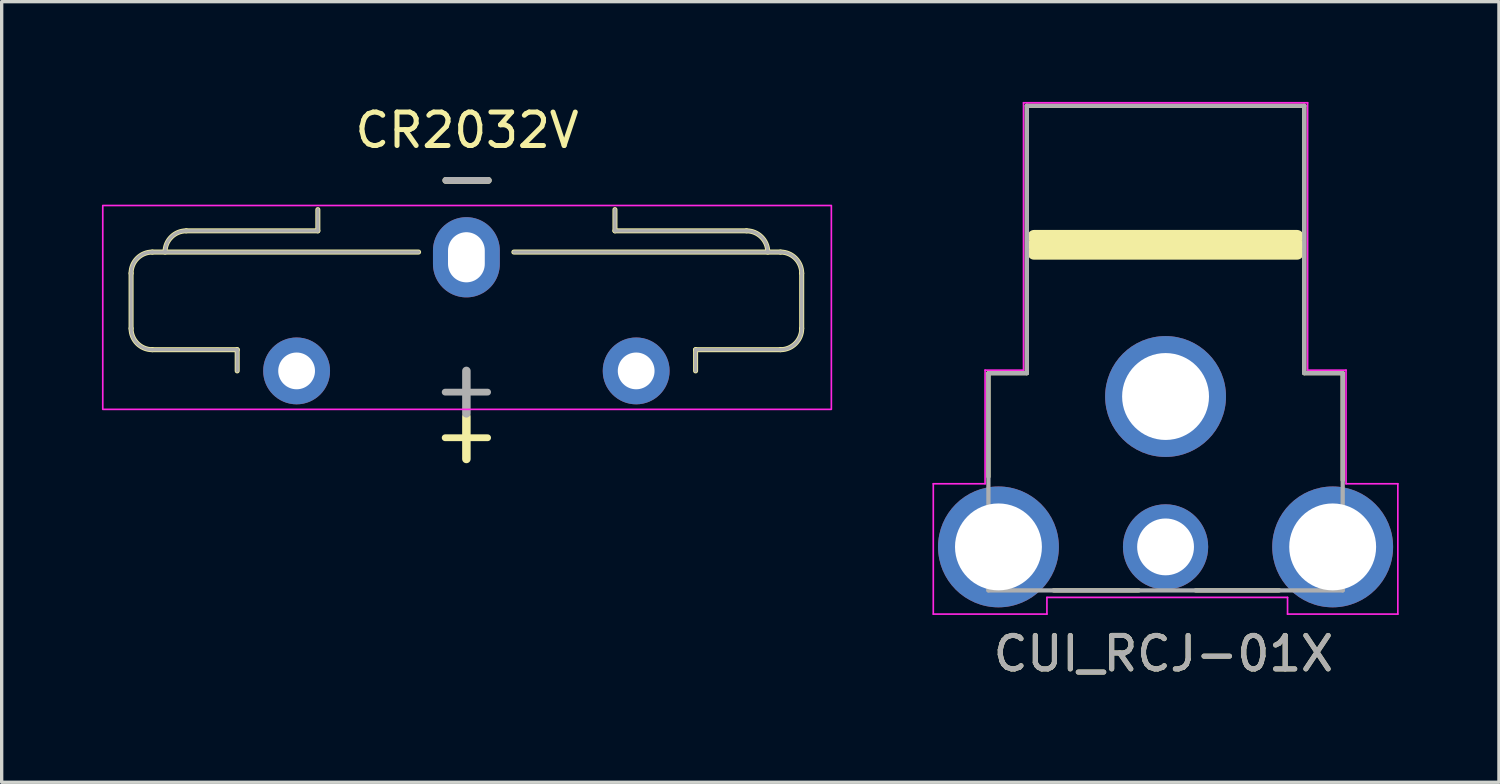
<source format=kicad_pcb>
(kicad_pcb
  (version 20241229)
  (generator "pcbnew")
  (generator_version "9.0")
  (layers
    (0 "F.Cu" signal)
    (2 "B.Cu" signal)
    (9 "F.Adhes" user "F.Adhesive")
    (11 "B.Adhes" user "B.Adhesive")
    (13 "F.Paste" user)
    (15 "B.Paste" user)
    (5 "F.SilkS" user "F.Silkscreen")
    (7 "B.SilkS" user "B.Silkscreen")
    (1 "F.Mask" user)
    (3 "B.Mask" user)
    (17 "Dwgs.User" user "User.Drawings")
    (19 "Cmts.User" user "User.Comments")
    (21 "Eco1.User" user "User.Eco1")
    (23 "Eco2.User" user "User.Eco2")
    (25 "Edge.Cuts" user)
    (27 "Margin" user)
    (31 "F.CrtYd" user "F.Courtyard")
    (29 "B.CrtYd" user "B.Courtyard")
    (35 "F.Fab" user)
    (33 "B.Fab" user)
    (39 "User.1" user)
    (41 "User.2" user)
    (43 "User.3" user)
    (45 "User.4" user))
  (footprint "CUI_RCJ-01X"
    (layer "F.Cu")
    (at 31.825 8.825)
    (property "Reference" "CUI_RCJ-01X" (at -0.064 7.684 0) (layer "F.SilkS") (effects (font (size 1 1) (thickness 0.15))))
    (attr through_hole)
    (fp_line (start -5.3 -0.711) (end -5.3 2.389) (stroke (width 0.127) (type solid)) (layer "F.SilkS"))
    (fp_line (start -4.15 -8.71) (end -4.15 -0.711) (stroke (width 0.127) (type solid)) (layer "F.SilkS"))
    (fp_line (start -4.15 -0.711) (end -5.3 -0.711) (stroke (width 0.127) (type solid)) (layer "F.SilkS"))
    (fp_line (start -3.937 -4.804) (end 3.937 -4.804) (stroke (width 0.381) (type solid)) (layer "F.SilkS"))
    (fp_line (start -3.35 5.79) (end -0.8 5.79) (stroke (width 0.127) (type solid)) (layer "F.SilkS"))
    (fp_line (start 0.9 5.79) (end 3.4 5.79) (stroke (width 0.127) (type solid)) (layer "F.SilkS"))
    (fp_line (start 3.937 -4.55) (end -3.937 -4.55) (stroke (width 0.381) (type solid)) (layer "F.SilkS"))
    (fp_line (start 3.937 -4.296) (end -3.937 -4.296) (stroke (width 0.381) (type solid)) (layer "F.SilkS"))
    (fp_line (start 4.15 -8.71) (end -4.15 -8.71) (stroke (width 0.127) (type solid)) (layer "F.SilkS"))
    (fp_line (start 4.15 -0.711) (end 4.15 -8.71) (stroke (width 0.127) (type solid)) (layer "F.SilkS"))
    (fp_line (start 5.3 -0.711) (end 4.15 -0.711) (stroke (width 0.127) (type solid)) (layer "F.SilkS"))
    (fp_line (start 5.3 2.49) (end 5.3 -0.711) (stroke (width 0.127) (type solid)) (layer "F.SilkS"))
    (fp_line (start -6.95 2.6) (end -5.4 2.6) (stroke (width 0.05) (type solid)) (layer "F.CrtYd"))
    (fp_line (start -6.95 6.5) (end -6.95 2.6) (stroke (width 0.05) (type solid)) (layer "F.CrtYd"))
    (fp_line (start -6.95 6.5) (end -3.55 6.5) (stroke (width 0.05) (type solid)) (layer "F.CrtYd"))
    (fp_line (start -5.4 -0.8) (end -5.4 2.6) (stroke (width 0.05) (type solid)) (layer "F.CrtYd"))
    (fp_line (start -4.25 -8.8) (end -4.25 -0.8) (stroke (width 0.05) (type solid)) (layer "F.CrtYd"))
    (fp_line (start -4.25 -0.8) (end -5.4 -0.8) (stroke (width 0.05) (type solid)) (layer "F.CrtYd"))
    (fp_line (start -3.55 6) (end -3.55 6.5) (stroke (width 0.05) (type solid)) (layer "F.CrtYd"))
    (fp_line (start 3.65 6) (end -3.55 6) (stroke (width 0.05) (type solid)) (layer "F.CrtYd"))
    (fp_line (start 3.65 6.5) (end 3.65 6) (stroke (width 0.05) (type solid)) (layer "F.CrtYd"))
    (fp_line (start 4.25 -8.8) (end -4.25 -8.8) (stroke (width 0.05) (type solid)) (layer "F.CrtYd"))
    (fp_line (start 4.25 -0.8) (end 4.25 -8.8) (stroke (width 0.05) (type solid)) (layer "F.CrtYd"))
    (fp_line (start 5.4 -0.8) (end 4.25 -0.8) (stroke (width 0.05) (type solid)) (layer "F.CrtYd"))
    (fp_line (start 5.4 2.6) (end 5.4 -0.8) (stroke (width 0.05) (type solid)) (layer "F.CrtYd"))
    (fp_line (start 5.4 2.6) (end 6.95 2.6) (stroke (width 0.05) (type solid)) (layer "F.CrtYd"))
    (fp_line (start 6.95 2.6) (end 6.95 6.5) (stroke (width 0.05) (type solid)) (layer "F.CrtYd"))
    (fp_line (start 6.95 6.5) (end 3.65 6.5) (stroke (width 0.05) (type solid)) (layer "F.CrtYd"))
    (fp_line (start -5.3 -0.711) (end -5.3 5.79) (stroke (width 0.127) (type solid)) (layer "F.Fab"))
    (fp_line (start -5.3 5.79) (end 5.3 5.79) (stroke (width 0.127) (type solid)) (layer "F.Fab"))
    (fp_line (start -4.15 -8.71) (end -4.15 -0.711) (stroke (width 0.127) (type solid)) (layer "F.Fab"))
    (fp_line (start -4.15 -0.711) (end -5.3 -0.711) (stroke (width 0.127) (type solid)) (layer "F.Fab"))
    (fp_line (start 4.15 -8.71) (end -4.15 -8.71) (stroke (width 0.127) (type solid)) (layer "F.Fab"))
    (fp_line (start 4.15 -0.711) (end 4.15 -8.71) (stroke (width 0.127) (type solid)) (layer "F.Fab"))
    (fp_line (start 5.3 -0.711) (end 4.15 -0.711) (stroke (width 0.127) (type solid)) (layer "F.Fab"))
    (fp_line (start 5.3 5.79) (end 5.3 -0.711) (stroke (width 0.127) (type solid)) (layer "F.Fab"))
    (fp_text user "${REFERENCE}" (at -0.064 7.684 0) (layer "F.Fab") (effects (font (size 1 1) (thickness 0.15))))
    (pad "1" thru_hole circle (at 0 4.489 270) (size 2.55 2.55) (drill 1.7) (layers "*.Cu" "*.Mask"))
    (pad "2" thru_hole circle (at -5 4.489 270) (size 3.616 3.616) (drill 2.6) (layers "*.Cu" "*.Mask"))
    (pad "2" thru_hole circle (at 0 -0.011 270) (size 3.616 3.616) (drill 2.6) (layers "*.Cu" "*.Mask"))
    (pad "2" thru_hole circle (at 5 4.489 270) (size 3.616 3.616) (drill 2.6) (layers "*.Cu" "*.Mask")))
  (footprint "CR2032V"
    (layer "F.Cu")
    (at 5.825 8.048)
    (property "Reference" "CR2032V" (at 5.1 -7.2 0) (layer "F.SilkS") (effects (font (size 1 1) (thickness 0.15))))
    (attr through_hole)
    (fp_line (start -4.953 -1.27) (end -4.953 -2.921) (stroke (width 0.15) (type solid)) (layer "F.SilkS"))
    (fp_line (start -1.778 -0.635) (end -4.318 -0.635) (stroke (width 0.15) (type solid)) (layer "F.SilkS"))
    (fp_line (start -1.778 -0.635) (end -1.778 0) (stroke (width 0.15) (type solid)) (layer "F.SilkS"))
    (fp_line (start 0.635 -4.826) (end 0.635 -4.191) (stroke (width 0.15) (type solid)) (layer "F.SilkS"))
    (fp_line (start 0.635 -4.191) (end -3.302 -4.191) (stroke (width 0.15) (type solid)) (layer "F.SilkS"))
    (fp_line (start 3.65 -3.556) (end -4.318 -3.556) (stroke (width 0.15) (type solid)) (layer "F.SilkS"))
    (fp_line (start 4.445 2) (end 5.715 2) (stroke (width 0.203) (type solid)) (layer "F.SilkS"))
    (fp_line (start 4.465 -5.7) (end 5.735 -5.7) (stroke (width 0.203) (type solid)) (layer "F.SilkS"))
    (fp_line (start 5.08 2.635) (end 5.08 1.365) (stroke (width 0.254) (type solid)) (layer "F.SilkS"))
    (fp_line (start 9.525 -4.826) (end 9.525 -4.191) (stroke (width 0.15) (type solid)) (layer "F.SilkS"))
    (fp_line (start 9.525 -4.191) (end 13.462 -4.191) (stroke (width 0.15) (type solid)) (layer "F.SilkS"))
    (fp_line (start 11.938 -0.635) (end 11.938 0) (stroke (width 0.15) (type solid)) (layer "F.SilkS"))
    (fp_line (start 14.478 -3.556) (end 6.5 -3.556) (stroke (width 0.15) (type solid)) (layer "F.SilkS"))
    (fp_line (start 14.478 -0.635) (end 11.938 -0.635) (stroke (width 0.15) (type solid)) (layer "F.SilkS"))
    (fp_line (start 15.113 -1.27) (end 15.113 -2.921) (stroke (width 0.15) (type solid)) (layer "F.SilkS"))
    (fp_arc (start -4.953 -2.921) (mid -4.767013 -3.370013) (end -4.318 -3.556) (stroke (width 0.15) (type solid)) (layer "F.SilkS"))
    (fp_arc (start -4.318 -0.635) (mid -4.767013 -0.820987) (end -4.953 -1.27) (stroke (width 0.15) (type solid)) (layer "F.SilkS"))
    (fp_arc (start -3.937 -3.556) (mid -3.751013 -4.005013) (end -3.302 -4.191) (stroke (width 0.15) (type solid)) (layer "F.SilkS"))
    (fp_arc (start 13.462 -4.191) (mid 13.911013 -4.005013) (end 14.097 -3.556) (stroke (width 0.15) (type solid)) (layer "F.SilkS"))
    (fp_arc (start 14.478 -3.556) (mid 14.927013 -3.370013) (end 15.113 -2.921) (stroke (width 0.15) (type solid)) (layer "F.SilkS"))
    (fp_arc (start 15.113 -1.27) (mid 14.927013 -0.820987) (end 14.478 -0.635) (stroke (width 0.15) (type solid)) (layer "F.SilkS"))
    (fp_rect (start -5.8 1.15) (end 16 -4.95) (stroke (width 0.05) (type solid)) (fill no) (layer "F.CrtYd"))
    (fp_line (start -4.953 -1.27) (end -4.953 -2.921) (stroke (width 0.1) (type solid)) (layer "F.Fab"))
    (fp_line (start -1.778 -0.635) (end -4.318 -0.635) (stroke (width 0.1) (type solid)) (layer "F.Fab"))
    (fp_line (start -1.778 -0.635) (end -1.778 0) (stroke (width 0.1) (type solid)) (layer "F.Fab"))
    (fp_line (start 0.635 -4.826) (end 0.635 -4.191) (stroke (width 0.1) (type solid)) (layer "F.Fab"))
    (fp_line (start 0.635 -4.191) (end -3.302 -4.191) (stroke (width 0.1) (type solid)) (layer "F.Fab"))
    (fp_line (start 3.65 -3.556) (end -4.318 -3.556) (stroke (width 0.1) (type solid)) (layer "F.Fab"))
    (fp_line (start 4.445 0.635) (end 5.715 0.635) (stroke (width 0.203) (type solid)) (layer "F.Fab"))
    (fp_line (start 4.465 -5.7) (end 5.735 -5.7) (stroke (width 0.203) (type solid)) (layer "F.Fab"))
    (fp_line (start 5.08 1.27) (end 5.08 0) (stroke (width 0.254) (type solid)) (layer "F.Fab"))
    (fp_line (start 9.525 -4.826) (end 9.525 -4.191) (stroke (width 0.1) (type solid)) (layer "F.Fab"))
    (fp_line (start 9.525 -4.191) (end 13.462 -4.191) (stroke (width 0.1) (type solid)) (layer "F.Fab"))
    (fp_line (start 11.938 -0.635) (end 11.938 0) (stroke (width 0.1) (type solid)) (layer "F.Fab"))
    (fp_line (start 14.478 -3.556) (end 6.5 -3.556) (stroke (width 0.1) (type solid)) (layer "F.Fab"))
    (fp_line (start 14.478 -0.635) (end 11.938 -0.635) (stroke (width 0.1) (type solid)) (layer "F.Fab"))
    (fp_line (start 15.113 -1.27) (end 15.113 -2.921) (stroke (width 0.1) (type solid)) (layer "F.Fab"))
    (fp_arc (start -4.953 -2.921) (mid -4.767012 -3.370012) (end -4.318 -3.556) (stroke (width 0.1) (type solid)) (layer "F.Fab"))
    (fp_arc (start -4.318 -0.635) (mid -4.767012 -0.820988) (end -4.953 -1.27) (stroke (width 0.1) (type solid)) (layer "F.Fab"))
    (fp_arc (start -3.937 -3.556) (mid -3.751012 -4.005012) (end -3.302 -4.191) (stroke (width 0.1) (type solid)) (layer "F.Fab"))
    (fp_arc (start 13.462 -4.191) (mid 13.911012 -4.005013) (end 14.097 -3.556) (stroke (width 0.1) (type solid)) (layer "F.Fab"))
    (fp_arc (start 14.478 -3.556) (mid 14.927012 -3.370013) (end 15.113 -2.921) (stroke (width 0.1) (type solid)) (layer "F.Fab"))
    (fp_arc (start 15.113 -1.27) (mid 14.927013 -0.820988) (end 14.478 -0.635) (stroke (width 0.1) (type solid)) (layer "F.Fab"))
    (pad "1" thru_hole circle (at 0 0 90) (size 2 2) (drill 1.1) (layers "*.Cu" "*.Mask"))
    (pad "1" thru_hole circle (at 10.16 0 90) (size 2 2) (drill 1.1) (layers "*.Cu" "*.Mask"))
    (pad "2" thru_hole oval (at 5.08 -3.4 90) (size 2.4 2) (drill oval 1.5 1.1) (layers "*.Cu" "*.Mask")))
  (gr_rect
    (start -3 -3)
    (end 41.8 20.357)
    (stroke (width 0.1) (type default))
    (fill no)
    (layer "Edge.Cuts")))
</source>
